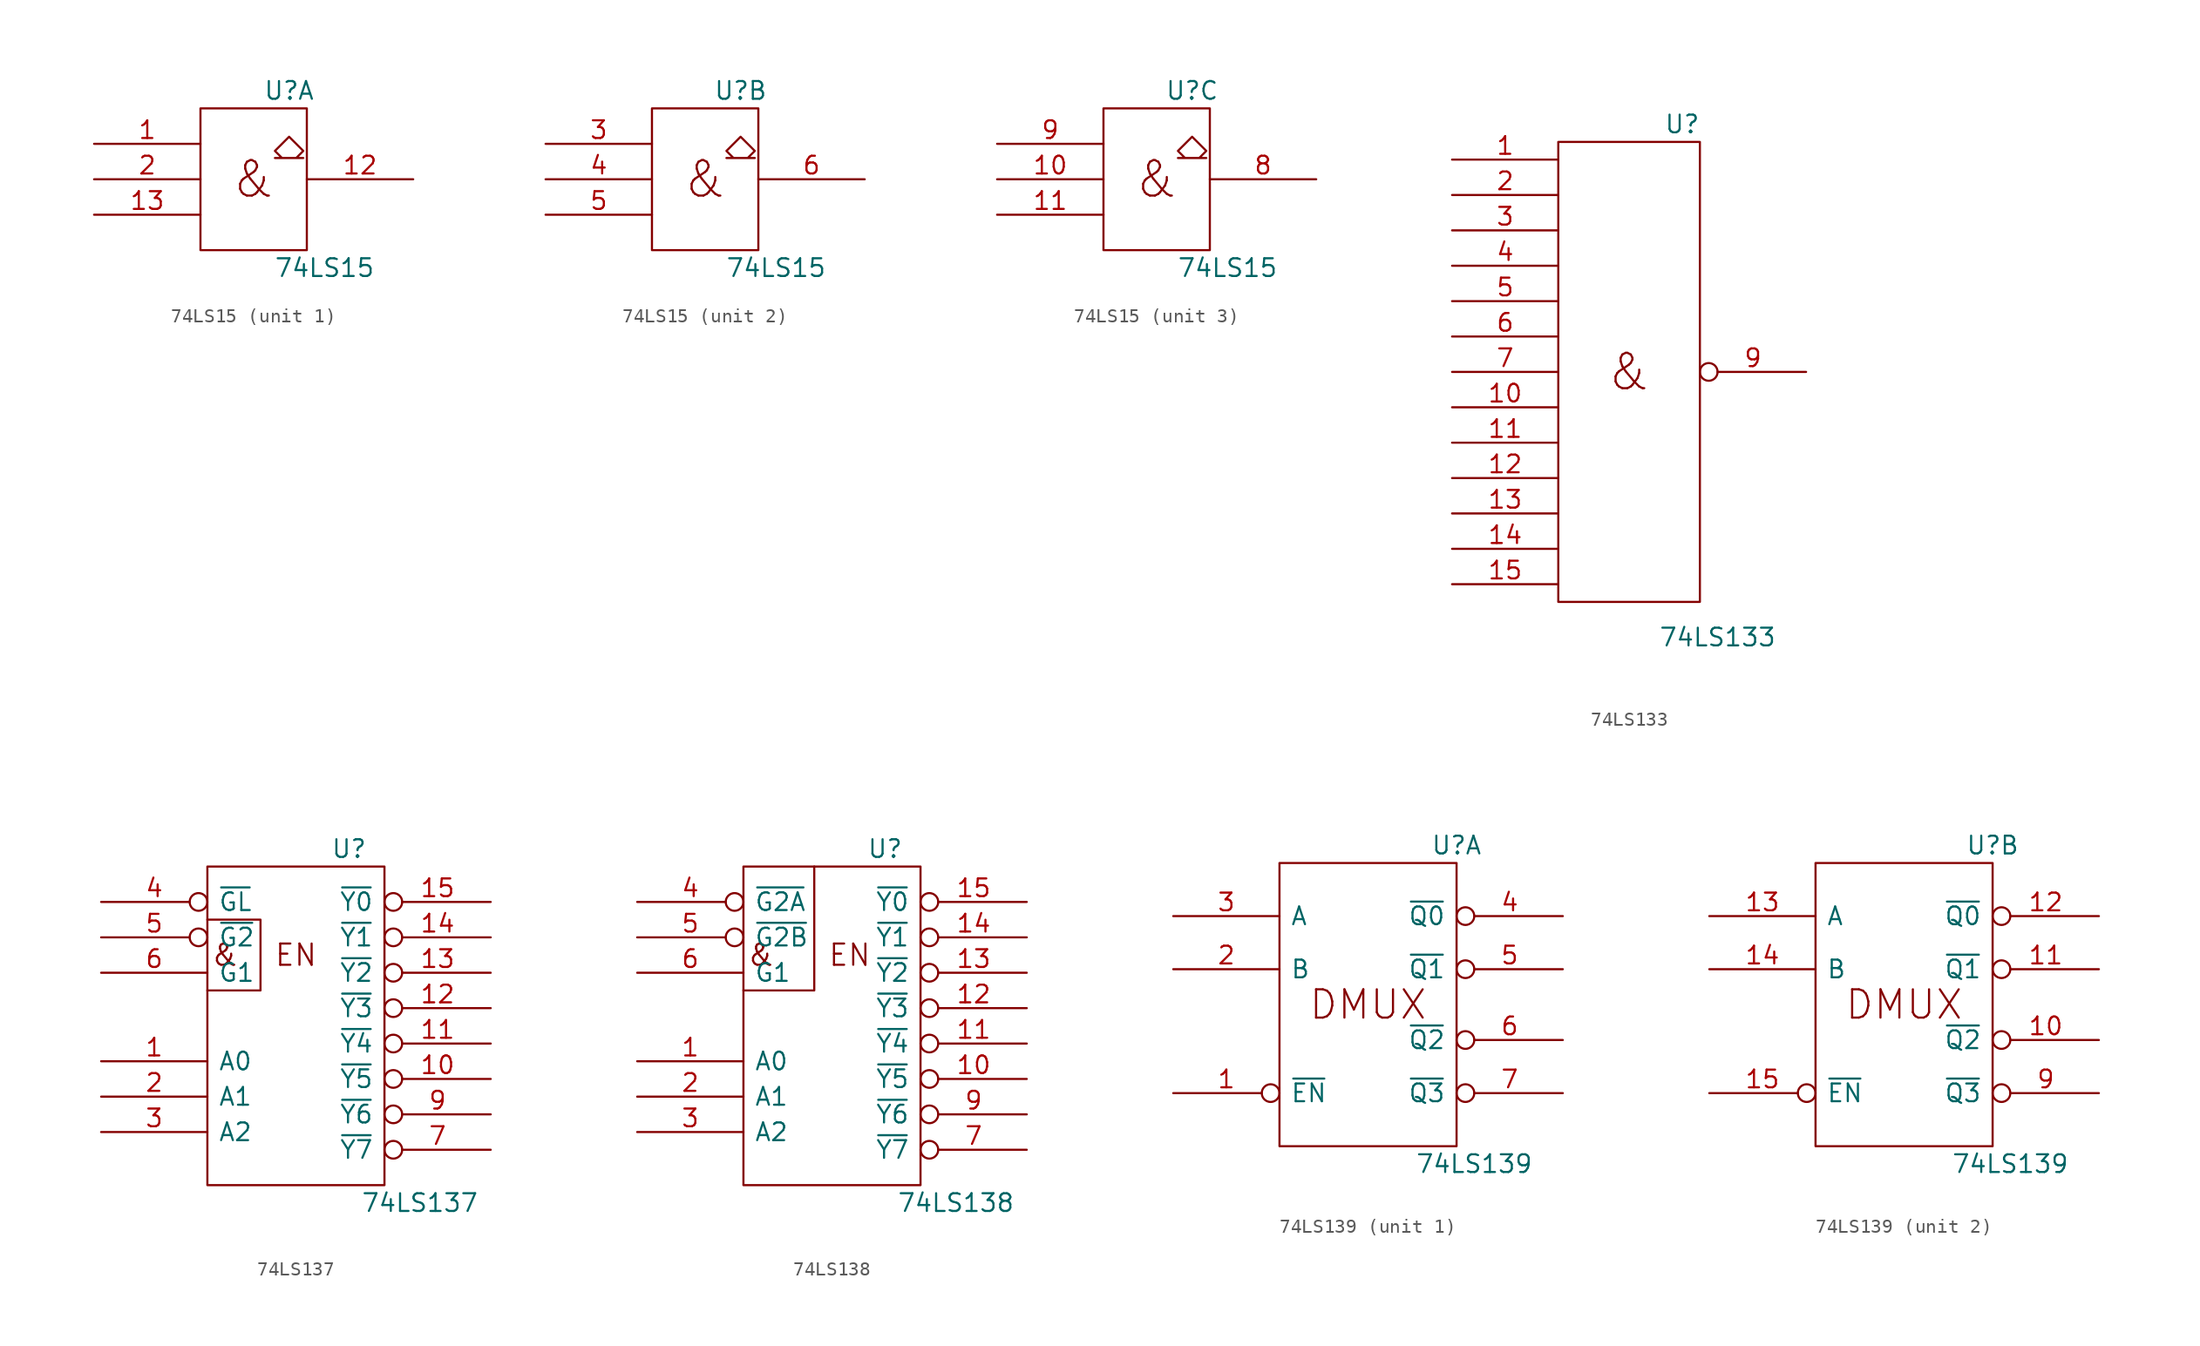
<source format=kicad_sym>
(kicad_symbol_lib
  (version 20231120)
  (generator "kicad_symbol_editor")
  (generator_version "8.0")
  (symbol "74LS15"
    (pin_names
      (offset 0.762))
    (property "Reference" "U"
      (at 2.54 6.35 0)
      (effects (font (size 1.27 1.27))))
    (property "Value" "74LS15"
      (at 5.08 -6.35 0)
      (effects (font (size 1.27 1.27))))
    (symbol "74LS15_0_0"
      (polyline (pts (xy 2.032 1.524) (xy 1.524 2.032) (xy 2.54 3.048) (xy 3.556 2.032) (xy 3.048 1.524) (xy 3.556 1.524) (xy 1.524 1.524) (xy 1.524 1.524)) (stroke (width 0) (type default)) (fill (type none)))
      (text "&" (at 0 0 0) (effects (font (size 2.54 2.54)))))
    (symbol "74LS15_0_1"
      (rectangle (start -3.81 5.08) (end 3.81 -5.08) (stroke (width 0) (type default)) (fill (type none)))
      (pin power_in line (at 0 5.08 270) (length 0) hide (name "Vcc" (effects (font (size 1.27 1.27)))) (number "14" (effects (font (size 1.27 1.27)))))
      (pin power_in line (at 0 -5.08 90) (length 0) hide (name "Gnd" (effects (font (size 1.27 1.27)))) (number "7" (effects (font (size 1.27 1.27))))))
    (symbol "74LS15_1_1"
      (pin input line (at -11.43 2.54 0) (length 7.62) (name "~" (effects (font (size 1.27 1.27)))) (number "1" (effects (font (size 1.27 1.27)))))
      (pin output line (at 11.43 0 180) (length 7.62) (name "~" (effects (font (size 1.27 1.27)))) (number "12" (effects (font (size 1.27 1.27)))))
      (pin input line (at -11.43 -2.54 0) (length 7.62) (name "~" (effects (font (size 1.27 1.27)))) (number "13" (effects (font (size 1.27 1.27)))))
      (pin input line (at -11.43 0 0) (length 7.62) (name "~" (effects (font (size 1.27 1.27)))) (number "2" (effects (font (size 1.27 1.27))))))
    (symbol "74LS15_2_1"
      (pin input line (at -11.43 2.54 0) (length 7.62) (name "~" (effects (font (size 1.27 1.27)))) (number "3" (effects (font (size 1.27 1.27)))))
      (pin input line (at -11.43 0 0) (length 7.62) (name "~" (effects (font (size 1.27 1.27)))) (number "4" (effects (font (size 1.27 1.27)))))
      (pin input line (at -11.43 -2.54 0) (length 7.62) (name "~" (effects (font (size 1.27 1.27)))) (number "5" (effects (font (size 1.27 1.27)))))
      (pin output line (at 11.43 0 180) (length 7.62) (name "~" (effects (font (size 1.27 1.27)))) (number "6" (effects (font (size 1.27 1.27))))))
    (symbol "74LS15_3_1"
      (pin input line (at -11.43 0 0) (length 7.62) (name "~" (effects (font (size 1.27 1.27)))) (number "10" (effects (font (size 1.27 1.27)))))
      (pin input line (at -11.43 -2.54 0) (length 7.62) (name "~" (effects (font (size 1.27 1.27)))) (number "11" (effects (font (size 1.27 1.27)))))
      (pin output line (at 11.43 0 180) (length 7.62) (name "~" (effects (font (size 1.27 1.27)))) (number "8" (effects (font (size 1.27 1.27)))))
      (pin input line (at -11.43 2.54 0) (length 7.62) (name "~" (effects (font (size 1.27 1.27)))) (number "9" (effects (font (size 1.27 1.27)))))))
  (symbol "74LS133"
    (pin_names
      (offset 0.762))
    (property "Reference" "U"
      (at 3.81 17.78 0)
      (effects (font (size 1.27 1.27))))
    (property "Value" "74LS133"
      (at 6.35 -19.05 0)
      (effects (font (size 1.27 1.27))))
    (symbol "74LS133_0_0"
      (text "&" (at 0 0 0) (effects (font (size 2.54 2.54)))))
    (symbol "74LS133_0_1"
      (rectangle (start -5.08 16.51) (end 5.08 -16.51) (stroke (width 0) (type default)) (fill (type none)))
      (pin power_in line (at 0 16.51 270) (length 0) hide (name "Vcc" (effects (font (size 1.27 1.27)))) (number "16" (effects (font (size 1.27 1.27)))))
      (pin power_in line (at 0 -16.51 90) (length 0) hide (name "Gnd" (effects (font (size 1.27 1.27)))) (number "8" (effects (font (size 1.27 1.27))))))
    (symbol "74LS133_1_1"
      (pin input line (at -12.7 15.24 0) (length 7.62) (name "~" (effects (font (size 1.27 1.27)))) (number "1" (effects (font (size 1.27 1.27)))))
      (pin input line (at -12.7 -2.54 0) (length 7.62) (name "~" (effects (font (size 1.27 1.27)))) (number "10" (effects (font (size 1.27 1.27)))))
      (pin input line (at -12.7 -5.08 0) (length 7.62) (name "~" (effects (font (size 1.27 1.27)))) (number "11" (effects (font (size 1.27 1.27)))))
      (pin input line (at -12.7 -7.62 0) (length 7.62) (name "~" (effects (font (size 1.27 1.27)))) (number "12" (effects (font (size 1.27 1.27)))))
      (pin input line (at -12.7 -10.16 0) (length 7.62) (name "~" (effects (font (size 1.27 1.27)))) (number "13" (effects (font (size 1.27 1.27)))))
      (pin input line (at -12.7 -12.7 0) (length 7.62) (name "~" (effects (font (size 1.27 1.27)))) (number "14" (effects (font (size 1.27 1.27)))))
      (pin input line (at -12.7 -15.24 0) (length 7.62) (name "~" (effects (font (size 1.27 1.27)))) (number "15" (effects (font (size 1.27 1.27)))))
      (pin input line (at -12.7 12.7 0) (length 7.62) (name "~" (effects (font (size 1.27 1.27)))) (number "2" (effects (font (size 1.27 1.27)))))
      (pin input line (at -12.7 10.16 0) (length 7.62) (name "~" (effects (font (size 1.27 1.27)))) (number "3" (effects (font (size 1.27 1.27)))))
      (pin input line (at -12.7 7.62 0) (length 7.62) (name "~" (effects (font (size 1.27 1.27)))) (number "4" (effects (font (size 1.27 1.27)))))
      (pin input line (at -12.7 5.08 0) (length 7.62) (name "~" (effects (font (size 1.27 1.27)))) (number "5" (effects (font (size 1.27 1.27)))))
      (pin input line (at -12.7 2.54 0) (length 7.62) (name "~" (effects (font (size 1.27 1.27)))) (number "6" (effects (font (size 1.27 1.27)))))
      (pin input line (at -12.7 0 0) (length 7.62) (name "~" (effects (font (size 1.27 1.27)))) (number "7" (effects (font (size 1.27 1.27)))))
      (pin output inverted (at 12.7 0 180) (length 7.62) (name "~" (effects (font (size 1.27 1.27)))) (number "9" (effects (font (size 1.27 1.27)))))))
  (symbol "74LS137"
    (pin_names
      (offset 0.762))
    (property "Reference" "U"
      (at 3.81 8.89 0)
      (effects (font (size 1.27 1.27))))
    (property "Value" "74LS137"
      (at 8.89 -16.51 0)
      (effects (font (size 1.27 1.27))))
    (symbol "74LS137_0_0"
      (polyline (pts (xy -6.35 3.81) (xy -2.54 3.81) (xy -2.54 -1.27) (xy -6.35 -1.27) (xy -6.35 -1.27)) (stroke (width 0) (type default)) (fill (type none)))
      (text "&" (at -5.08 1.27 0) (effects (font (size 1.524 1.524))))
      (text "EN" (at 0 1.27 0) (effects (font (size 1.524 1.524))))
      (pin power_in line (at 0 7.62 270) (length 0) hide (name "VCC" (effects (font (size 1.27 1.27)))) (number "16" (effects (font (size 1.27 1.27))))))
    (symbol "74LS137_0_1"
      (rectangle (start -6.35 7.62) (end 6.35 -15.24) (stroke (width 0) (type default)) (fill (type none))))
    (symbol "74LS137_1_1"
      (pin input line (at -13.97 -6.35 0) (length 7.62) (name "A0" (effects (font (size 1.27 1.27)))) (number "1" (effects (font (size 1.27 1.27)))))
      (pin output inverted (at 13.97 -7.62 180) (length 7.62) (name "~{Y5}" (effects (font (size 1.27 1.27)))) (number "10" (effects (font (size 1.27 1.27)))))
      (pin output inverted (at 13.97 -5.08 180) (length 7.62) (name "~{Y4}" (effects (font (size 1.27 1.27)))) (number "11" (effects (font (size 1.27 1.27)))))
      (pin output inverted (at 13.97 -2.54 180) (length 7.62) (name "~{Y3}" (effects (font (size 1.27 1.27)))) (number "12" (effects (font (size 1.27 1.27)))))
      (pin output inverted (at 13.97 0 180) (length 7.62) (name "~{Y2}" (effects (font (size 1.27 1.27)))) (number "13" (effects (font (size 1.27 1.27)))))
      (pin output inverted (at 13.97 2.54 180) (length 7.62) (name "~{Y1}" (effects (font (size 1.27 1.27)))) (number "14" (effects (font (size 1.27 1.27)))))
      (pin output inverted (at 13.97 5.08 180) (length 7.62) (name "~{Y0}" (effects (font (size 1.27 1.27)))) (number "15" (effects (font (size 1.27 1.27)))))
      (pin input line (at -13.97 -8.89 0) (length 7.62) (name "A1" (effects (font (size 1.27 1.27)))) (number "2" (effects (font (size 1.27 1.27)))))
      (pin input line (at -13.97 -11.43 0) (length 7.62) (name "A2" (effects (font (size 1.27 1.27)))) (number "3" (effects (font (size 1.27 1.27)))))
      (pin input inverted (at -13.97 5.08 0) (length 7.62) (name "~{GL}" (effects (font (size 1.27 1.27)))) (number "4" (effects (font (size 1.27 1.27)))))
      (pin input inverted (at -13.97 2.54 0) (length 7.62) (name "~{G2}" (effects (font (size 1.27 1.27)))) (number "5" (effects (font (size 1.27 1.27)))))
      (pin input line (at -13.97 0 0) (length 7.62) (name "G1" (effects (font (size 1.27 1.27)))) (number "6" (effects (font (size 1.27 1.27)))))
      (pin output inverted (at 13.97 -12.7 180) (length 7.62) (name "~{Y7}" (effects (font (size 1.27 1.27)))) (number "7" (effects (font (size 1.27 1.27)))))
      (pin power_in line (at 0 -15.24 90) (length 0) hide (name "GND" (effects (font (size 1.27 1.27)))) (number "8" (effects (font (size 1.27 1.27)))))
      (pin output inverted (at 13.97 -10.16 180) (length 7.62) (name "~{Y6}" (effects (font (size 1.27 1.27)))) (number "9" (effects (font (size 1.27 1.27)))))))
  (symbol "74LS138"
    (pin_names
      (offset 0.762))
    (property "Reference" "U"
      (at 3.81 8.89 0)
      (effects (font (size 1.27 1.27))))
    (property "Value" "74LS138"
      (at 8.89 -16.51 0)
      (effects (font (size 1.27 1.27))))
    (symbol "74LS138_0_0"
      (polyline (pts (xy -1.27 7.62) (xy -1.27 -1.27) (xy -6.35 -1.27) (xy -6.35 -1.27)) (stroke (width 0) (type default)) (fill (type none)))
      (text "&" (at -5.08 1.27 0) (effects (font (size 1.524 1.524))))
      (text "EN" (at 1.27 1.27 0) (effects (font (size 1.524 1.524))))
      (pin power_in line (at 0 7.62 270) (length 0) hide (name "VCC" (effects (font (size 1.27 1.27)))) (number "16" (effects (font (size 1.27 1.27))))))
    (symbol "74LS138_0_1"
      (rectangle (start -6.35 7.62) (end 6.35 -15.24) (stroke (width 0) (type default)) (fill (type none))))
    (symbol "74LS138_1_1"
      (pin input line (at -13.97 -6.35 0) (length 7.62) (name "A0" (effects (font (size 1.27 1.27)))) (number "1" (effects (font (size 1.27 1.27)))))
      (pin output inverted (at 13.97 -7.62 180) (length 7.62) (name "~{Y5}" (effects (font (size 1.27 1.27)))) (number "10" (effects (font (size 1.27 1.27)))))
      (pin output inverted (at 13.97 -5.08 180) (length 7.62) (name "~{Y4}" (effects (font (size 1.27 1.27)))) (number "11" (effects (font (size 1.27 1.27)))))
      (pin output inverted (at 13.97 -2.54 180) (length 7.62) (name "~{Y3}" (effects (font (size 1.27 1.27)))) (number "12" (effects (font (size 1.27 1.27)))))
      (pin output inverted (at 13.97 0 180) (length 7.62) (name "~{Y2}" (effects (font (size 1.27 1.27)))) (number "13" (effects (font (size 1.27 1.27)))))
      (pin output inverted (at 13.97 2.54 180) (length 7.62) (name "~{Y1}" (effects (font (size 1.27 1.27)))) (number "14" (effects (font (size 1.27 1.27)))))
      (pin output inverted (at 13.97 5.08 180) (length 7.62) (name "~{Y0}" (effects (font (size 1.27 1.27)))) (number "15" (effects (font (size 1.27 1.27)))))
      (pin input line (at -13.97 -8.89 0) (length 7.62) (name "A1" (effects (font (size 1.27 1.27)))) (number "2" (effects (font (size 1.27 1.27)))))
      (pin input line (at -13.97 -11.43 0) (length 7.62) (name "A2" (effects (font (size 1.27 1.27)))) (number "3" (effects (font (size 1.27 1.27)))))
      (pin input inverted (at -13.97 5.08 0) (length 7.62) (name "~{G2A}" (effects (font (size 1.27 1.27)))) (number "4" (effects (font (size 1.27 1.27)))))
      (pin input inverted (at -13.97 2.54 0) (length 7.62) (name "~{G2B}" (effects (font (size 1.27 1.27)))) (number "5" (effects (font (size 1.27 1.27)))))
      (pin input line (at -13.97 0 0) (length 7.62) (name "G1" (effects (font (size 1.27 1.27)))) (number "6" (effects (font (size 1.27 1.27)))))
      (pin output inverted (at 13.97 -12.7 180) (length 7.62) (name "~{Y7}" (effects (font (size 1.27 1.27)))) (number "7" (effects (font (size 1.27 1.27)))))
      (pin power_in line (at 0 -15.24 90) (length 0) hide (name "GND" (effects (font (size 1.27 1.27)))) (number "8" (effects (font (size 1.27 1.27)))))
      (pin output inverted (at 13.97 -10.16 180) (length 7.62) (name "~{Y6}" (effects (font (size 1.27 1.27)))) (number "9" (effects (font (size 1.27 1.27)))))))
  (symbol "74LS139"
    (pin_names
      (offset 0.762))
    (property "Reference" "U"
      (at 6.35 11.43 0)
      (effects (font (size 1.27 1.27))))
    (property "Value" "74LS139"
      (at 7.62 -11.43 0)
      (effects (font (size 1.27 1.27))))
    (symbol "74LS139_0_0"
      (rectangle (start -6.35 10.16) (end 6.35 -10.16) (stroke (width 0) (type default)) (fill (type none)))
      (text "DMUX" (at 0 0 0) (effects (font (size 2.032 2.032))))
      (pin power_in line (at 0 10.16 270) (length 0) hide (name "VCC" (effects (font (size 1.27 1.27)))) (number "16" (effects (font (size 1.27 1.27)))))
      (pin power_in line (at 0 -10.16 90) (length 0) hide (name "GND" (effects (font (size 1.27 1.27)))) (number "8" (effects (font (size 1.27 1.27))))))
    (symbol "74LS139_1_1"
      (pin input inverted (at -13.97 -6.35 0) (length 7.62) (name "~{EN}" (effects (font (size 1.27 1.27)))) (number "1" (effects (font (size 1.27 1.27)))))
      (pin input line (at -13.97 2.54 0) (length 7.62) (name "B" (effects (font (size 1.27 1.27)))) (number "2" (effects (font (size 1.27 1.27)))))
      (pin input line (at -13.97 6.35 0) (length 7.62) (name "A" (effects (font (size 1.27 1.27)))) (number "3" (effects (font (size 1.27 1.27)))))
      (pin output inverted (at 13.97 6.35 180) (length 7.62) (name "~{Q0}" (effects (font (size 1.27 1.27)))) (number "4" (effects (font (size 1.27 1.27)))))
      (pin output inverted (at 13.97 2.54 180) (length 7.62) (name "~{Q1}" (effects (font (size 1.27 1.27)))) (number "5" (effects (font (size 1.27 1.27)))))
      (pin output inverted (at 13.97 -2.54 180) (length 7.62) (name "~{Q2}" (effects (font (size 1.27 1.27)))) (number "6" (effects (font (size 1.27 1.27)))))
      (pin output inverted (at 13.97 -6.35 180) (length 7.62) (name "~{Q3}" (effects (font (size 1.27 1.27)))) (number "7" (effects (font (size 1.27 1.27))))))
    (symbol "74LS139_2_1"
      (pin output inverted (at 13.97 -2.54 180) (length 7.62) (name "~{Q2}" (effects (font (size 1.27 1.27)))) (number "10" (effects (font (size 1.27 1.27)))))
      (pin output inverted (at 13.97 2.54 180) (length 7.62) (name "~{Q1}" (effects (font (size 1.27 1.27)))) (number "11" (effects (font (size 1.27 1.27)))))
      (pin output inverted (at 13.97 6.35 180) (length 7.62) (name "~{Q0}" (effects (font (size 1.27 1.27)))) (number "12" (effects (font (size 1.27 1.27)))))
      (pin input line (at -13.97 6.35 0) (length 7.62) (name "A" (effects (font (size 1.27 1.27)))) (number "13" (effects (font (size 1.27 1.27)))))
      (pin input line (at -13.97 2.54 0) (length 7.62) (name "B" (effects (font (size 1.27 1.27)))) (number "14" (effects (font (size 1.27 1.27)))))
      (pin input inverted (at -13.97 -6.35 0) (length 7.62) (name "~{EN}" (effects (font (size 1.27 1.27)))) (number "15" (effects (font (size 1.27 1.27)))))
      (pin output inverted (at 13.97 -6.35 180) (length 7.62) (name "~{Q3}" (effects (font (size 1.27 1.27)))) (number "9" (effects (font (size 1.27 1.27))))))))
</source>
